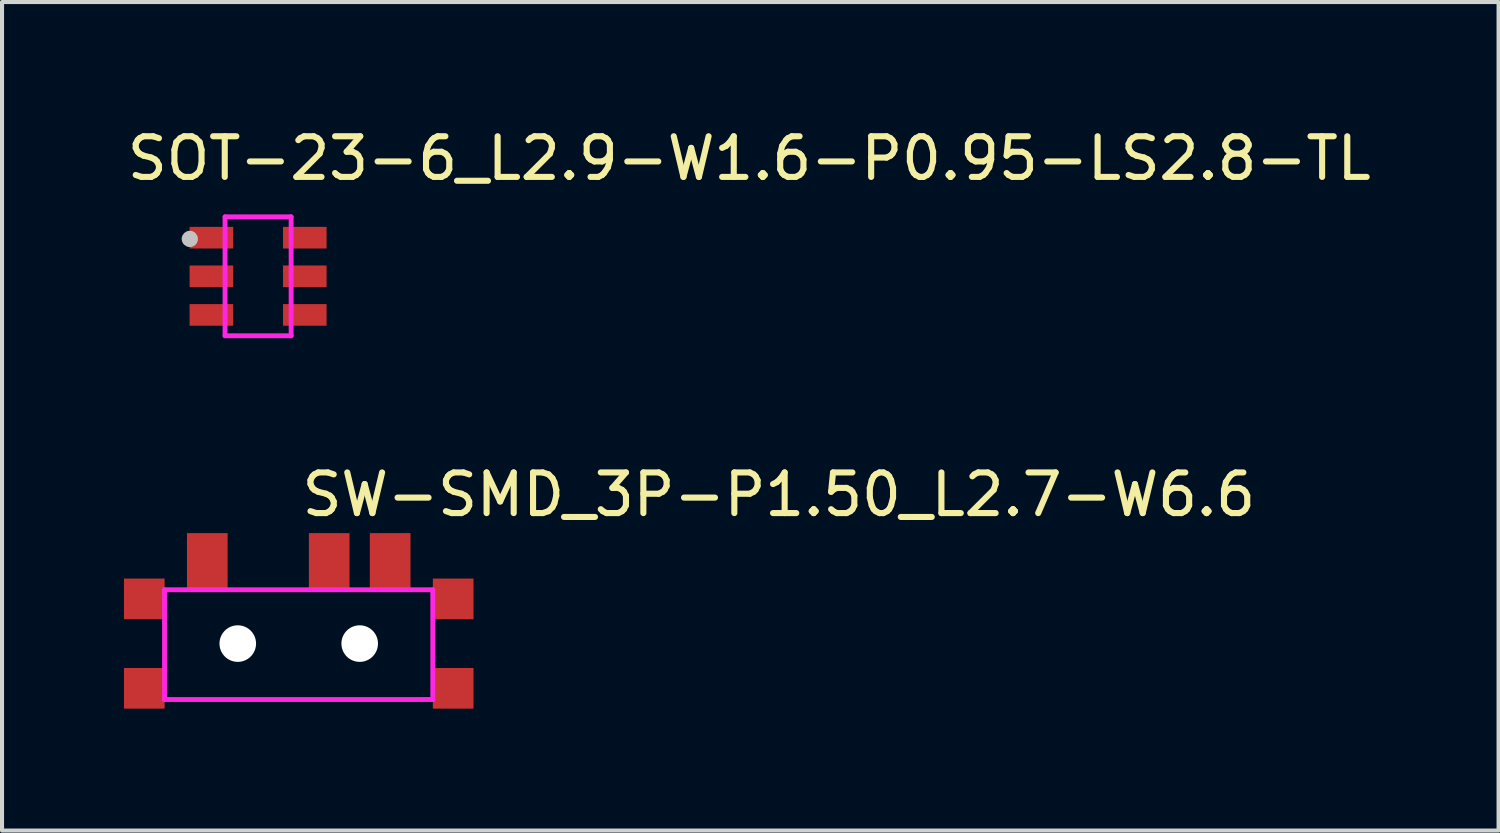
<source format=kicad_pcb>
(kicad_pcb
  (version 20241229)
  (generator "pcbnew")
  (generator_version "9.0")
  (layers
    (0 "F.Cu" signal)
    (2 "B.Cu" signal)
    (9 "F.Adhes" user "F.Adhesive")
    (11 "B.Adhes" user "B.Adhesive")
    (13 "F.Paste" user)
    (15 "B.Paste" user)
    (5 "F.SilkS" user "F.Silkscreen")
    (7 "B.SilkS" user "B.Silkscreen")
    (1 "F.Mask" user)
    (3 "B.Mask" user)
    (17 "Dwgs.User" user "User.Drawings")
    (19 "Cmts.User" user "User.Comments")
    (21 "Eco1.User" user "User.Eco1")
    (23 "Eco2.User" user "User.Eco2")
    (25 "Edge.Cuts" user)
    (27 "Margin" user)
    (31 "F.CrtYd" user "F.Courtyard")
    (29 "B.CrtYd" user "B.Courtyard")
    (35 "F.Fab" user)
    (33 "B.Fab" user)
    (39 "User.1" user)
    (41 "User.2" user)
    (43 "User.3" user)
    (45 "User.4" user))
  (footprint "SW-SMD_3P-P1.50_L2.7-W6.6"
    (layer "F.Cu")
    (at 4.3 12.326)
    (property "Reference" "SW-SMD_3P-P1.50_L2.7-W6.6" (at 0 -3.207 0) (layer "F.SilkS") (effects (font (size 1 1) (thickness 0.15)) (justify left)))
    (attr through_hole)
    (fp_circle (center -1.5 0.459) (end -1.31 0.459) (stroke (width 0.38) (type solid)) (fill no) (layer "Dwgs.User"))
    (fp_circle (center 1.5 0.459) (end 1.69 0.459) (stroke (width 0.38) (type solid)) (fill no) (layer "Dwgs.User"))
    (fp_circle (center -3.897 -1.863) (end -3.867 -1.863) (stroke (width 0.06) (type solid)) (fill no) (layer "Eco2.User"))
    (fp_poly (pts (xy -3.897 -0.841) (xy -3.297 -0.841) (xy -3.297 -0.441) (xy -3.897 -0.441)) (stroke (width 0.12) (type solid)) (fill no) (layer "Eco2.User"))
    (fp_poly (pts (xy -3.897 1.359) (xy -3.297 1.359) (xy -3.297 1.759) (xy -3.897 1.759)) (stroke (width 0.12) (type solid)) (fill no) (layer "Eco2.User"))
    (fp_poly (pts (xy -2.45 -1.863) (xy -2.05 -1.863) (xy -2.05 -0.863) (xy -2.45 -0.863)) (stroke (width 0.12) (type solid)) (fill no) (layer "Eco2.User"))
    (fp_poly (pts (xy 0.55 -1.863) (xy 0.95 -1.863) (xy 0.95 -0.863) (xy 0.55 -0.863)) (stroke (width 0.12) (type solid)) (fill no) (layer "Eco2.User"))
    (fp_poly (pts (xy 2.05 -1.863) (xy 2.45 -1.863) (xy 2.45 -0.863) (xy 2.05 -0.863)) (stroke (width 0.12) (type solid)) (fill no) (layer "Eco2.User"))
    (fp_poly (pts (xy 3.297 -0.841) (xy 3.897 -0.841) (xy 3.897 -0.441) (xy 3.297 -0.441)) (stroke (width 0.12) (type solid)) (fill no) (layer "Eco2.User"))
    (fp_poly (pts (xy 3.297 1.359) (xy 3.897 1.359) (xy 3.897 1.759) (xy 3.297 1.759)) (stroke (width 0.12) (type solid)) (fill no) (layer "Eco2.User"))
    (fp_line (start -3.302 -0.866) (end 3.298 -0.866) (stroke (width 0.12) (type solid)) (layer "F.CrtYd"))
    (fp_line (start -3.302 1.834) (end -3.302 -0.866) (stroke (width 0.12) (type solid)) (layer "F.CrtYd"))
    (fp_line (start 3.298 -0.866) (end 3.298 1.834) (stroke (width 0.12) (type solid)) (layer "F.CrtYd"))
    (fp_line (start 3.298 1.834) (end -3.302 1.834) (stroke (width 0.12) (type solid)) (layer "F.CrtYd"))
    (pad "" np_thru_hole circle (at -1.5 0.459) (size 0.9 0.9) (drill 0.9) (layers "*.Cu" "*.Mask"))
    (pad "" np_thru_hole circle (at 1.5 0.459) (size 0.9 0.9) (drill 0.9) (layers "*.Cu" "*.Mask"))
    (pad "0" smd rect (at -3.8 -0.641) (size 1 1) (layers "F.Cu" "F.Mask" "F.Paste"))
    (pad "0" smd rect (at -3.8 1.559) (size 1 1) (layers "F.Cu" "F.Mask" "F.Paste"))
    (pad "0" smd rect (at 3.8 -0.641) (size 1 1) (layers "F.Cu" "F.Mask" "F.Paste"))
    (pad "0" smd rect (at 3.8 1.559) (size 1 1) (layers "F.Cu" "F.Mask" "F.Paste"))
    (pad "1" smd rect (at -2.25 -1.559) (size 1 1.4) (layers "F.Cu" "F.Mask" "F.Paste"))
    (pad "2" smd rect (at 0.75 -1.559) (size 1 1.4) (layers "F.Cu" "F.Mask" "F.Paste"))
    (pad "3" smd rect (at 2.25 -1.559) (size 1 1.4) (layers "F.Cu" "F.Mask" "F.Paste")))
  (footprint "SOT-23-6_L2.9-W1.6-P0.95-LS2.8-TL"
    (layer "F.Cu")
    (at 3.3 3.748)
    (property "Reference" "SOT-23-6_L2.9-W1.6-P0.95-LS2.8-TL" (at -3.3 -2.9 0) (layer "F.SilkS") (effects (font (size 1 1) (thickness 0.15)) (justify left)))
    (attr through_hole)
    (fp_circle (center -1.68 -0.92) (end -1.58 -0.92) (stroke (width 0.2) (type solid)) (fill no) (layer "Dwgs.User"))
    (fp_line (start -0.935 -1.165) (end -0.803 -1.165) (stroke (width 0.12) (type solid)) (layer "Eco2.User"))
    (fp_line (start -0.935 -0.735) (end -0.935 -1.165) (stroke (width 0.12) (type solid)) (layer "Eco2.User"))
    (fp_line (start -0.935 -0.215) (end -0.803 -0.215) (stroke (width 0.12) (type solid)) (layer "Eco2.User"))
    (fp_line (start -0.935 0.215) (end -0.935 -0.215) (stroke (width 0.12) (type solid)) (layer "Eco2.User"))
    (fp_line (start -0.935 0.735) (end -0.803 0.735) (stroke (width 0.12) (type solid)) (layer "Eco2.User"))
    (fp_line (start -0.935 1.165) (end -0.935 0.735) (stroke (width 0.12) (type solid)) (layer "Eco2.User"))
    (fp_line (start -0.803 -1.165) (end -0.803 -0.735) (stroke (width 0.12) (type solid)) (layer "Eco2.User"))
    (fp_line (start -0.803 -0.735) (end -0.935 -0.735) (stroke (width 0.12) (type solid)) (layer "Eco2.User"))
    (fp_line (start -0.803 -0.215) (end -0.803 0.215) (stroke (width 0.12) (type solid)) (layer "Eco2.User"))
    (fp_line (start -0.803 0.215) (end -0.935 0.215) (stroke (width 0.12) (type solid)) (layer "Eco2.User"))
    (fp_line (start -0.803 0.735) (end -0.803 1.165) (stroke (width 0.12) (type solid)) (layer "Eco2.User"))
    (fp_line (start -0.803 1.165) (end -0.935 1.165) (stroke (width 0.12) (type solid)) (layer "Eco2.User"))
    (fp_line (start 0.803 -1.165) (end 0.935 -1.165) (stroke (width 0.12) (type solid)) (layer "Eco2.User"))
    (fp_line (start 0.803 -0.735) (end 0.803 -1.165) (stroke (width 0.12) (type solid)) (layer "Eco2.User"))
    (fp_line (start 0.803 -0.215) (end 0.935 -0.215) (stroke (width 0.12) (type solid)) (layer "Eco2.User"))
    (fp_line (start 0.803 0.215) (end 0.803 -0.215) (stroke (width 0.12) (type solid)) (layer "Eco2.User"))
    (fp_line (start 0.803 0.735) (end 0.935 0.735) (stroke (width 0.12) (type solid)) (layer "Eco2.User"))
    (fp_line (start 0.803 1.165) (end 0.803 0.735) (stroke (width 0.12) (type solid)) (layer "Eco2.User"))
    (fp_line (start 0.935 -1.165) (end 0.935 -0.735) (stroke (width 0.12) (type solid)) (layer "Eco2.User"))
    (fp_line (start 0.935 -0.735) (end 0.803 -0.735) (stroke (width 0.12) (type solid)) (layer "Eco2.User"))
    (fp_line (start 0.935 -0.215) (end 0.935 0.215) (stroke (width 0.12) (type solid)) (layer "Eco2.User"))
    (fp_line (start 0.935 0.215) (end 0.803 0.215) (stroke (width 0.12) (type solid)) (layer "Eco2.User"))
    (fp_line (start 0.935 0.735) (end 0.935 1.165) (stroke (width 0.12) (type solid)) (layer "Eco2.User"))
    (fp_line (start 0.935 1.165) (end 0.803 1.165) (stroke (width 0.12) (type solid)) (layer "Eco2.User"))
    (fp_circle (center -0.5 -1.2) (end -0.45 -1.2) (stroke (width 0.1) (type solid)) (fill no) (layer "Eco2.User"))
    (fp_poly (pts (xy -0.925 -1.165) (xy -0.925 -0.735) (xy -1.4 -0.735) (xy -1.4 -1.165)) (stroke (width 0.12) (type solid)) (fill no) (layer "Eco2.User"))
    (fp_poly (pts (xy -0.925 -0.215) (xy -0.925 0.215) (xy -1.4 0.215) (xy -1.4 -0.215)) (stroke (width 0.12) (type solid)) (fill no) (layer "Eco2.User"))
    (fp_poly (pts (xy -0.925 0.735) (xy -0.925 1.165) (xy -1.4 1.165) (xy -1.4 0.735)) (stroke (width 0.12) (type solid)) (fill no) (layer "Eco2.User"))
    (fp_poly (pts (xy 0.925 -1.165) (xy 0.925 -0.735) (xy 1.4 -0.735) (xy 1.4 -1.165)) (stroke (width 0.12) (type solid)) (fill no) (layer "Eco2.User"))
    (fp_poly (pts (xy 0.925 -0.215) (xy 0.925 0.215) (xy 1.4 0.215) (xy 1.4 -0.215)) (stroke (width 0.12) (type solid)) (fill no) (layer "Eco2.User"))
    (fp_poly (pts (xy 0.925 0.735) (xy 0.925 1.165) (xy 1.4 1.165) (xy 1.4 0.735)) (stroke (width 0.12) (type solid)) (fill no) (layer "Eco2.User"))
    (fp_line (start -0.813 -1.463) (end 0.813 -1.463) (stroke (width 0.12) (type solid)) (layer "F.CrtYd"))
    (fp_line (start -0.813 1.463) (end -0.813 -1.463) (stroke (width 0.12) (type solid)) (layer "F.CrtYd"))
    (fp_line (start 0.813 -1.463) (end 0.813 1.463) (stroke (width 0.12) (type solid)) (layer "F.CrtYd"))
    (fp_line (start 0.813 1.463) (end -0.813 1.463) (stroke (width 0.12) (type solid)) (layer "F.CrtYd"))
    (pad "1" smd rect (at -1.149 -0.95 270) (size 0.532 1.072) (layers "F.Cu" "F.Mask" "F.Paste"))
    (pad "2" smd rect (at -1.149 0 270) (size 0.532 1.072) (layers "F.Cu" "F.Mask" "F.Paste"))
    (pad "3" smd rect (at -1.149 0.95 270) (size 0.532 1.072) (layers "F.Cu" "F.Mask" "F.Paste"))
    (pad "4" smd rect (at 1.149 0.95 270) (size 0.532 1.072) (layers "F.Cu" "F.Mask" "F.Paste"))
    (pad "5" smd rect (at 1.149 0 270) (size 0.532 1.072) (layers "F.Cu" "F.Mask" "F.Paste"))
    (pad "6" smd rect (at 1.149 -0.95 270) (size 0.532 1.072) (layers "F.Cu" "F.Mask" "F.Paste")))
  (gr_rect
    (start -3 -3)
    (end 33.821 17.386)
    (stroke (width 0.1) (type default))
    (fill no)
    (layer "Edge.Cuts")))
</source>
